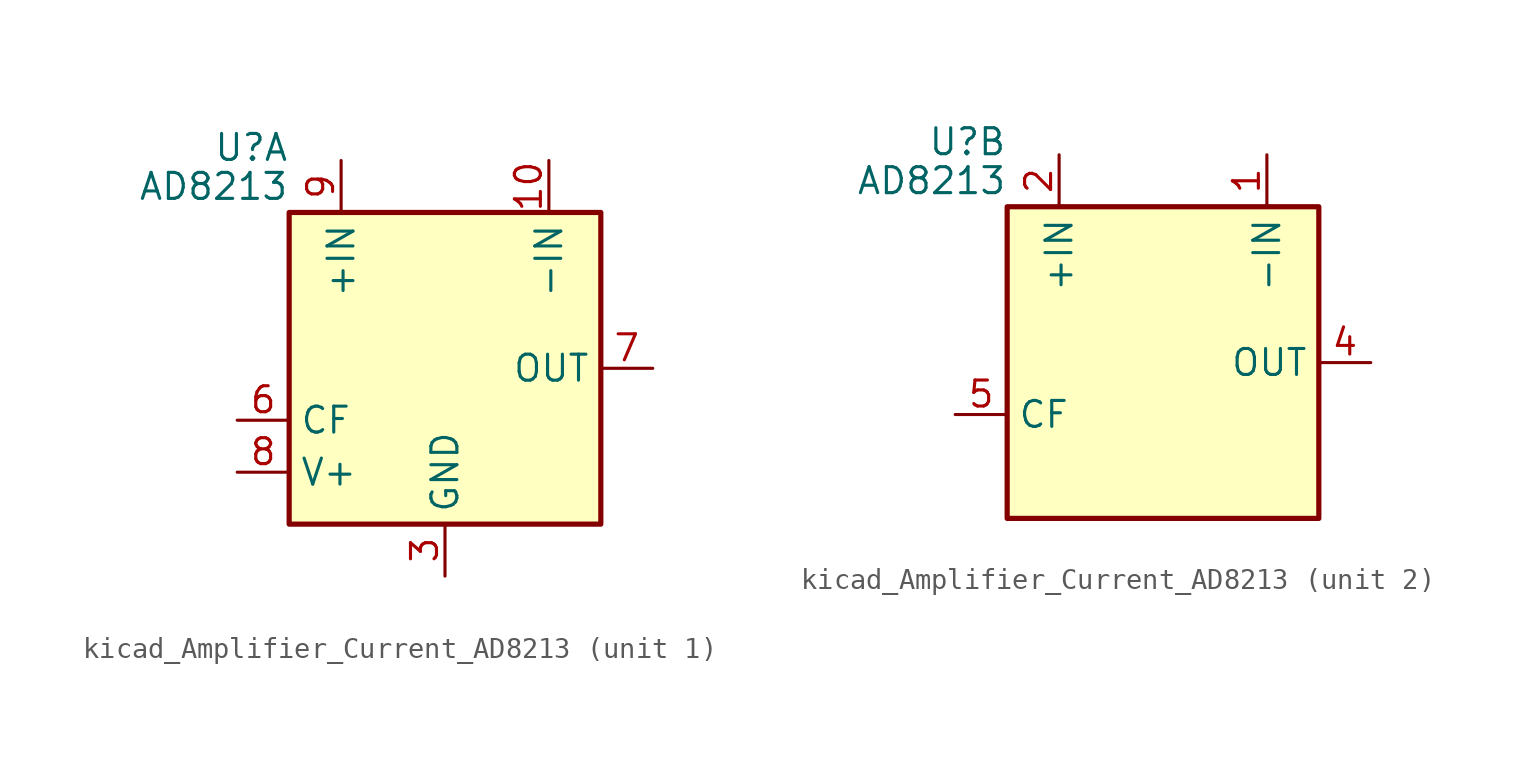
<source format=kicad_sym>
(kicad_symbol_lib
  (version 20220914)
  (generator kicad_symbol_editor)
  (symbol "kicad_Amplifier_Current_AD8213"
    (property "Reference" "U"
      (at -7.62 10.795 0)
      (effects (font (size 1.27 1.27)) (justify right)))
    (property "Value" "AD8213"
      (at -7.62 8.89 0)
      (effects (font (size 1.27 1.27)) (justify right)))
    (symbol "kicad_Amplifier_Current_AD8213_0_1"
      (rectangle (start -7.62 7.62) (end 7.62 -7.62) (stroke (width 0.254) (type default)) (fill (type background))))
    (symbol "kicad_Amplifier_Current_AD8213_1_1"
      (pin input line (at 5.08 10.16 270) (length 2.54) (name "-IN" (effects (font (size 1.27 1.27)))) (number "10" (effects (font (size 1.27 1.27)))))
      (pin power_in line (at 0 -10.16 90) (length 2.54) (name "GND" (effects (font (size 1.27 1.27)))) (number "3" (effects (font (size 1.27 1.27)))))
      (pin passive line (at -10.16 -2.54 0) (length 2.54) (name "CF" (effects (font (size 1.27 1.27)))) (number "6" (effects (font (size 1.27 1.27)))))
      (pin output line (at 10.16 0 180) (length 2.54) (name "OUT" (effects (font (size 1.27 1.27)))) (number "7" (effects (font (size 1.27 1.27)))))
      (pin power_in line (at -10.16 -5.08 0) (length 2.54) (name "V+" (effects (font (size 1.27 1.27)))) (number "8" (effects (font (size 1.27 1.27)))))
      (pin input line (at -5.08 10.16 270) (length 2.54) (name "+IN" (effects (font (size 1.27 1.27)))) (number "9" (effects (font (size 1.27 1.27))))))
    (symbol "kicad_Amplifier_Current_AD8213_2_1"
      (pin input line (at 5.08 10.16 270) (length 2.54) (name "-IN" (effects (font (size 1.27 1.27)))) (number "1" (effects (font (size 1.27 1.27)))))
      (pin input line (at -5.08 10.16 270) (length 2.54) (name "+IN" (effects (font (size 1.27 1.27)))) (number "2" (effects (font (size 1.27 1.27)))))
      (pin output line (at 10.16 0 180) (length 2.54) (name "OUT" (effects (font (size 1.27 1.27)))) (number "4" (effects (font (size 1.27 1.27)))))
      (pin passive line (at -10.16 -2.54 0) (length 2.54) (name "CF" (effects (font (size 1.27 1.27)))) (number "5" (effects (font (size 1.27 1.27))))))))
</source>
